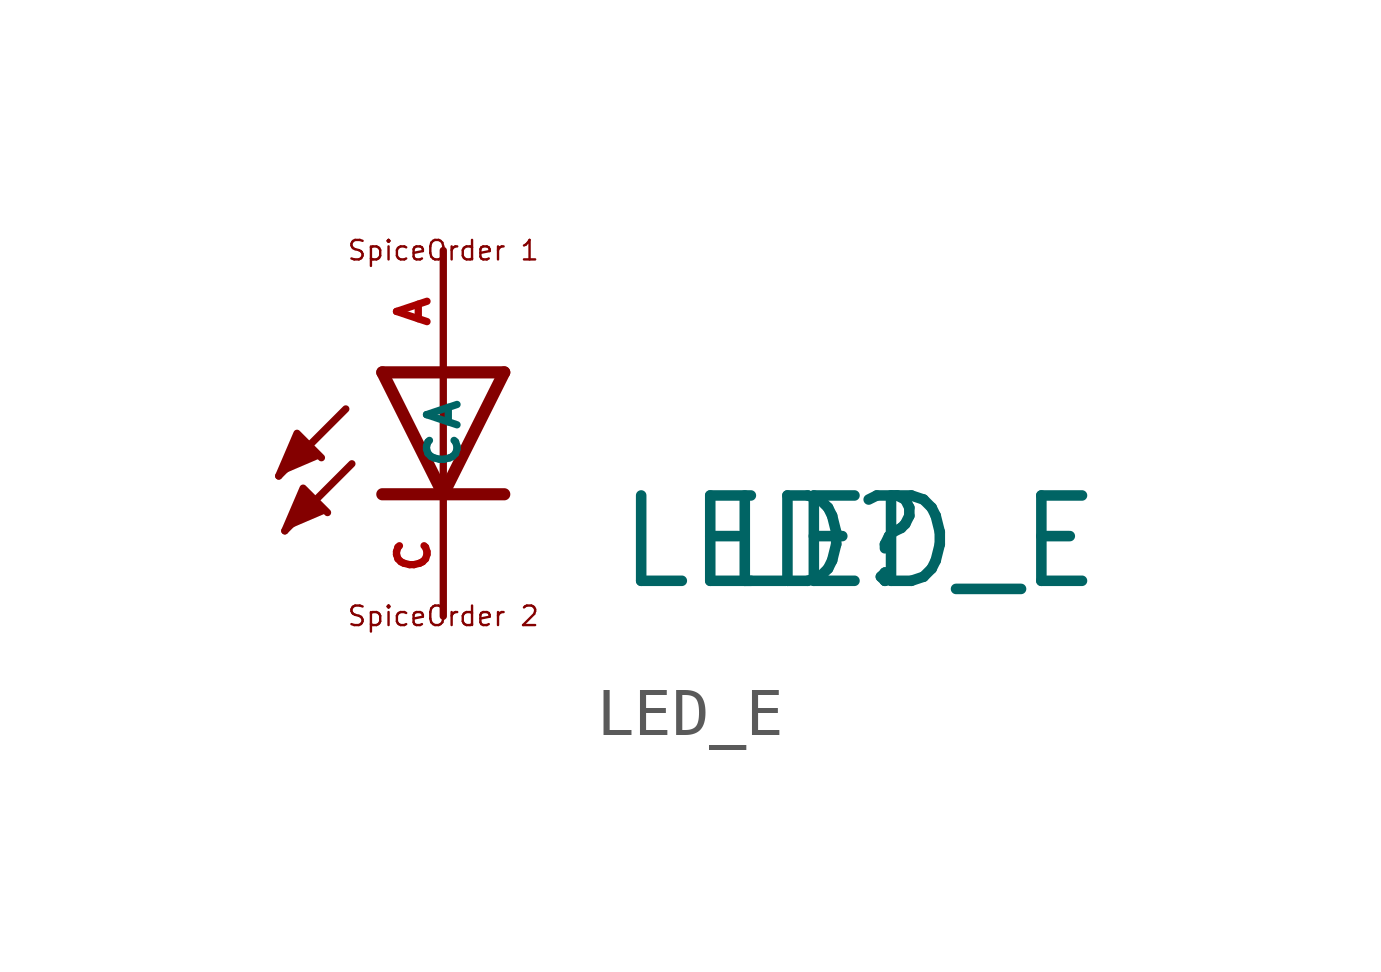
<source format=kicad_sym>
(kicad_symbol_lib
  (version 20220914)
  (generator Eagle2Kicad)
  (symbol "LED_E"
    (property "Reference" "LED"
      (at 3.556 -4.572 0)
      (effects (font (size 1.778 1.778) (thickness 0.22)) (justify left bottom)))
    (property "Value" "LED_E"
      (at 5.715 -4.572 0)
      (effects (font (size 1.778 1.778) (thickness 0.22)) (justify left bottom)))
    (polyline
      (pts (xy -3.429 -2.159) (xy -3.048 -1.27) (xy -2.54 -1.778))
      (stroke (width 0.152) (type default))
      (fill (type outline)))
    (polyline
      (pts (xy -3.302 -3.302) (xy -2.921 -2.413) (xy -2.413 -2.921))
      (stroke (width 0.152) (type default))
      (fill (type outline)))
    (polyline
      (pts (xy 1.27 0) (xy 0 -2.54))
      (stroke (width 0.254) (type default))
      (fill (type none)))
    (polyline
      (pts (xy 0 -2.54) (xy -1.27 0))
      (stroke (width 0.254) (type default))
      (fill (type none)))
    (polyline
      (pts (xy 1.27 -2.54) (xy 0 -2.54))
      (stroke (width 0.254) (type default))
      (fill (type none)))
    (polyline
      (pts (xy 0 -2.54) (xy -1.27 -2.54))
      (stroke (width 0.254) (type default))
      (fill (type none)))
    (polyline
      (pts (xy 1.27 0) (xy 0 0))
      (stroke (width 0.254) (type default))
      (fill (type none)))
    (polyline
      (pts (xy 0 0) (xy -1.27 0))
      (stroke (width 0.254) (type default))
      (fill (type none)))
    (polyline
      (pts (xy 0 0) (xy 0 -2.54))
      (stroke (width 0.152) (type default))
      (fill (type none)))
    (polyline
      (pts (xy -2.032 -0.762) (xy -3.429 -2.159))
      (stroke (width 0.152) (type default))
      (fill (type none)))
    (polyline
      (pts (xy -1.905 -1.905) (xy -3.302 -3.302))
      (stroke (width 0.152) (type default))
      (fill (type none)))
    (text "SpiceOrder 2"
      (at 0 -5.08 0)
      (effects (font (size 0.406 0.406) (thickness 0.05))))
    (text "SpiceOrder 1"
      (at 0 2.54 0)
      (effects (font (size 0.406 0.406) (thickness 0.05))))
    (pin passive line
      (at 0 2.54 270)
      (length 2.54)
      (name "A" (effects (font (size 0.635 0.635) (thickness 0.08)) (justify left bottom)))
      (number "A" (effects (font (size 0.635 0.635) (thickness 0.08)) (justify left bottom))))
    (pin passive line
      (at 0 -5.08 90)
      (length 2.54)
      (name "C" (effects (font (size 0.635 0.635) (thickness 0.08)) (justify left bottom)))
      (number "C" (effects (font (size 0.635 0.635) (thickness 0.08)) (justify left bottom))))))
</source>
